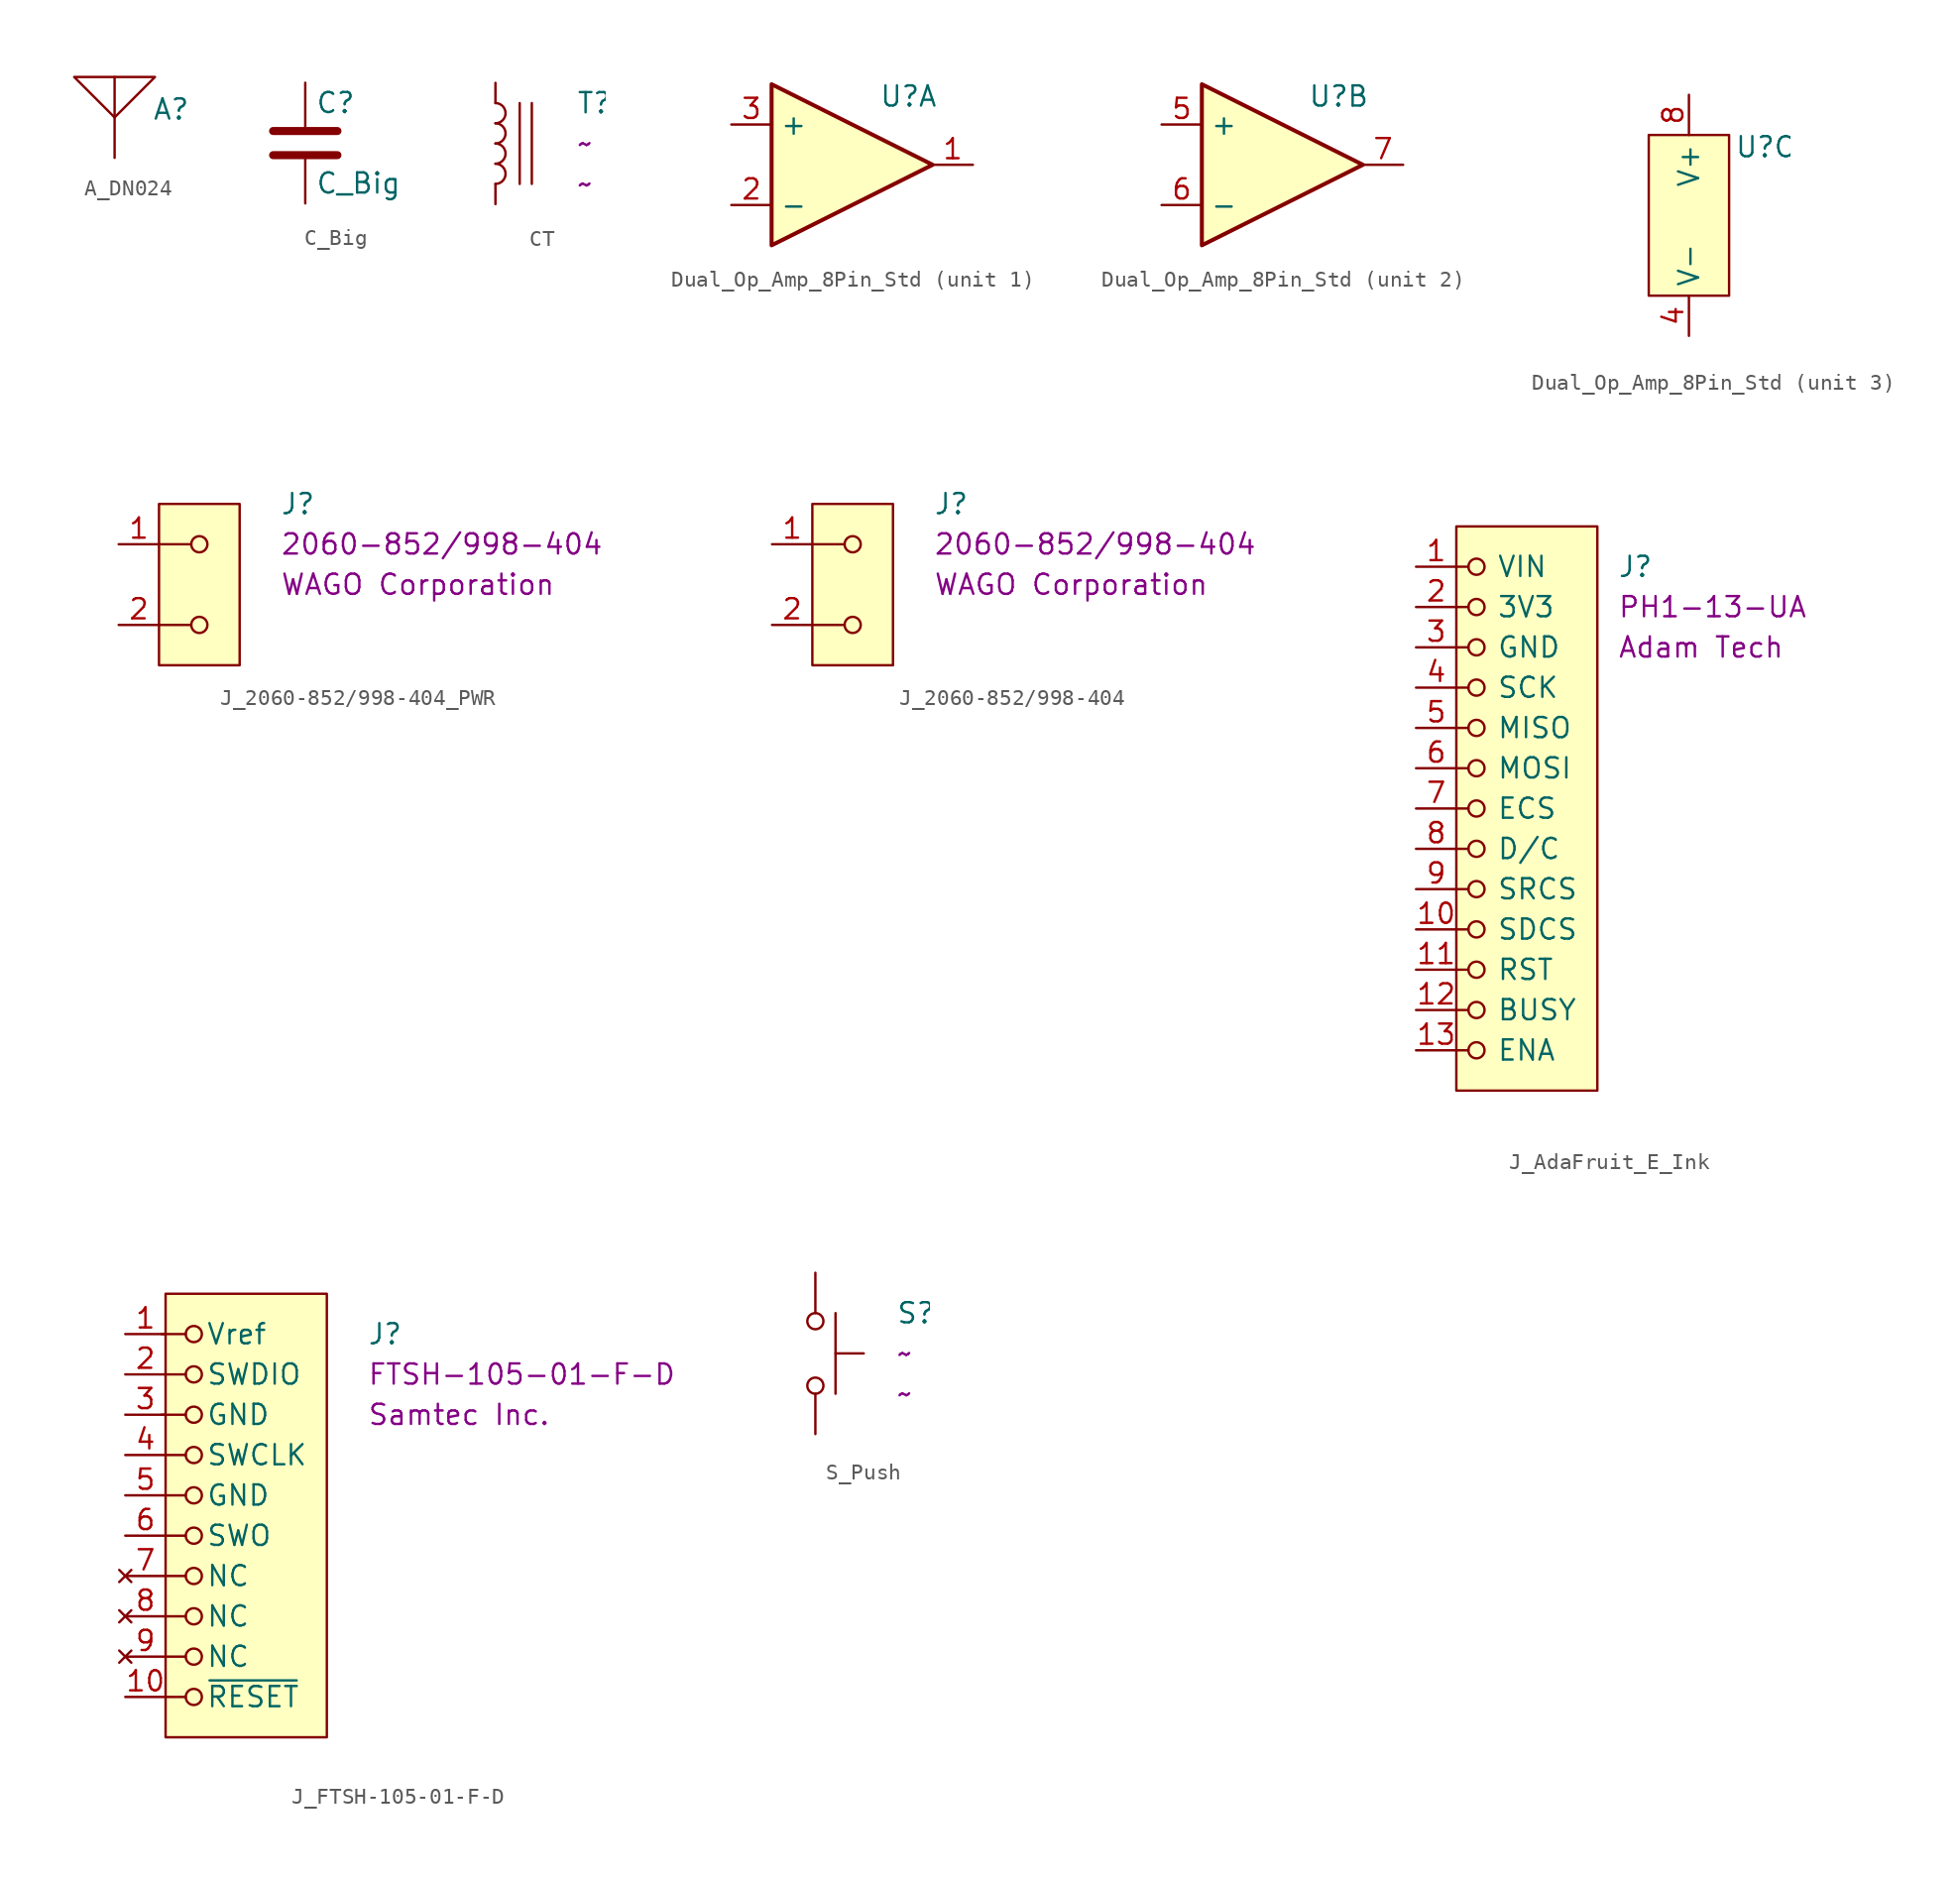
<source format=kicad_sym>
(kicad_symbol_lib
  (version 20231120)
  (generator "kicad_symbol_editor")
  (generator_version "8.0")
  (symbol "A_DN024"
    (pin_numbers hide)
    (pin_names
      (offset 0) hide)
    (property "Reference" "A"
      (at 3.556 0.508 0)
      (effects (font (size 1.27 1.27))))
    (property "Value" ""
      (at 0 2.54 0)
      (effects (font (size 1.27 1.27)) (justify left)))
    (symbol "A_DN024_0_1"
      (polyline (pts (xy 0 0) (xy 0 2.54)) (stroke (width 0) (type default)) (fill (type none)))
      (polyline (pts (xy -2.54 2.54) (xy 0 2.54) (xy 2.54 2.54) (xy 0 0) (xy -2.54 2.54)) (stroke (width 0) (type default)) (fill (type none))))
    (symbol "A_DN024_1_0"
      (pin passive line (at 0 -2.54 90) (length 2.54) (name "1" (effects (font (size 1.27 1.27)))) (number "1" (effects (font (size 1.27 1.27)))))))
  (symbol "C_Big"
    (pin_numbers hide)
    (pin_names
      (offset 0.254))
    (property "Reference" "C"
      (at 0.635 2.54 0)
      (effects (font (size 1.27 1.27)) (justify left)))
    (property "Value" "C_Big"
      (at 0.635 -2.54 0)
      (effects (font (size 1.27 1.27)) (justify left)))
    (symbol "C_Big_0_1"
      (polyline (pts (xy -2.032 -0.762) (xy 2.032 -0.762)) (stroke (width 0.508) (type default)) (fill (type none)))
      (polyline (pts (xy -2.032 0.762) (xy 2.032 0.762)) (stroke (width 0.508) (type default)) (fill (type none))))
    (symbol "C_Big_1_1"
      (pin passive line (at 0 3.81 270) (length 2.794) (name "~" (effects (font (size 1.27 1.27)))) (number "1" (effects (font (size 1.27 1.27)))))
      (pin passive line (at 0 -3.81 90) (length 2.794) (name "~" (effects (font (size 1.27 1.27)))) (number "2" (effects (font (size 1.27 1.27)))))))
  (symbol "CT"
    (pin_numbers hide)
    (pin_names
      (offset 0) hide)
    (property "Reference" "T"
      (at 5.08 2.54 0)
      (effects (font (size 1.27 1.27)) (justify left)))
    (property "Manufacturer" "~"
      (at 5.08 -2.54 0)
      (effects (font (size 1.27 1.27)) (justify left)))
    (property "Manufacturer Part Number" "~"
      (at 5.08 0 0)
      (effects (font (size 1.27 1.27)) (justify left)))
    (symbol "CT_0_1"
      (arc (start 0 -2.54) (mid 0.6323 -1.905) (end 0 -1.27) (stroke (width 0) (type default)) (fill (type none)))
      (arc (start 0 -1.27) (mid 0.6323 -0.635) (end 0 0) (stroke (width 0) (type default)) (fill (type none)))
      (polyline (pts (xy 1.524 2.54) (xy 1.524 -2.54)) (stroke (width 0) (type default)) (fill (type none)))
      (polyline (pts (xy 2.286 2.54) (xy 2.286 -2.54)) (stroke (width 0) (type default)) (fill (type none)))
      (arc (start 0 0) (mid 0.6323 0.635) (end 0 1.27) (stroke (width 0) (type default)) (fill (type none)))
      (arc (start 0 1.27) (mid 0.6323 1.905) (end 0 2.54) (stroke (width 0) (type default)) (fill (type none))))
    (symbol "CT_1_1"
      (pin passive line (at 0 3.81 270) (length 1.27) (name "1" (effects (font (size 1.27 1.27)))) (number "1" (effects (font (size 1.27 1.27)))))
      (pin passive line (at 0 -3.81 90) (length 1.27) (name "2" (effects (font (size 1.27 1.27)))) (number "2" (effects (font (size 1.27 1.27)))))))
  (symbol "Dual_Op_Amp_8Pin_Std"
    (property "Reference" "U"
      (at 4.826 4.318 0)
      (effects (font (size 1.27 1.27))))
    (property "Value" ""
      (at 0 0 0)
      (effects (font (size 1.27 1.27))))
    (property "ki_locked" ""
      (at 0 0 0)
      (effects (font (size 1.27 1.27))))
    (symbol "Dual_Op_Amp_8Pin_Std_1_1"
      (polyline (pts (xy -3.81 5.08) (xy 6.35 0) (xy -3.81 -5.08) (xy -3.81 5.08)) (stroke (width 0.254) (type default)) (fill (type background)))
      (pin output line (at 8.89 0 180) (length 2.54) (name "~" (effects (font (size 1.27 1.27)))) (number "1" (effects (font (size 1.27 1.27)))))
      (pin input line (at -6.35 -2.54 0) (length 2.54) (name "-" (effects (font (size 1.27 1.27)))) (number "2" (effects (font (size 1.27 1.27)))))
      (pin input line (at -6.35 2.54 0) (length 2.54) (name "+" (effects (font (size 1.27 1.27)))) (number "3" (effects (font (size 1.27 1.27))))))
    (symbol "Dual_Op_Amp_8Pin_Std_2_1"
      (polyline (pts (xy -3.81 5.08) (xy 6.35 0) (xy -3.81 -5.08) (xy -3.81 5.08)) (stroke (width 0.254) (type default)) (fill (type background)))
      (pin input line (at -6.35 2.54 0) (length 2.54) (name "+" (effects (font (size 1.27 1.27)))) (number "5" (effects (font (size 1.27 1.27)))))
      (pin input line (at -6.35 -2.54 0) (length 2.54) (name "-" (effects (font (size 1.27 1.27)))) (number "6" (effects (font (size 1.27 1.27)))))
      (pin output line (at 8.89 0 180) (length 2.54) (name "~" (effects (font (size 1.27 1.27)))) (number "7" (effects (font (size 1.27 1.27))))))
    (symbol "Dual_Op_Amp_8Pin_Std_3_1"
      (rectangle (start -2.54 5.08) (end 2.54 -5.08) (stroke (width 0) (type default)) (fill (type background)))
      (pin power_in line (at 0 -7.62 90) (length 2.54) (name "V-" (effects (font (size 1.27 1.27)))) (number "4" (effects (font (size 1.27 1.27)))))
      (pin power_in line (at 0 7.62 270) (length 2.54) (name "V+" (effects (font (size 1.27 1.27)))) (number "8" (effects (font (size 1.27 1.27)))))))
  (symbol "J_2060-852/998-404_PWR"
    (pin_names hide)
    (property "Reference" "J"
      (at 5.08 5.08 0)
      (effects (font (size 1.27 1.27)) (justify left)))
    (property "Manufacturer" "WAGO Corporation"
      (at 5.08 0 0)
      (effects (font (size 1.27 1.27)) (justify left)))
    (property "Manufacturer Part Number" "2060-852/998-404"
      (at 5.08 2.54 0)
      (effects (font (size 1.27 1.27)) (justify left)))
    (symbol "J_2060-852/998-404_PWR_0_0"
      (pin power_out line (at -5.08 2.54 0) (length 2.54) (name "1" (effects (font (size 1.27 1.27)))) (number "1" (effects (font (size 1.27 1.27))))))
    (symbol "J_2060-852/998-404_PWR_0_1"
      (circle (center 0 -2.54) (radius 0.508) (stroke (width 0) (type default)) (fill (type none)))
      (polyline (pts (xy -2.54 -2.54) (xy -0.508 -2.54)) (stroke (width 0) (type default)) (fill (type none)))
      (polyline (pts (xy -2.54 2.54) (xy -0.508 2.54)) (stroke (width 0) (type default)) (fill (type none)))
      (circle (center 0 2.54) (radius 0.508) (stroke (width 0) (type default)) (fill (type none))))
    (symbol "J_2060-852/998-404_PWR_1_0"
      (pin power_out line (at -5.08 -2.54 0) (length 2.54) (name "2" (effects (font (size 1.27 1.27)))) (number "2" (effects (font (size 1.27 1.27)))))
      (pin passive line (at -5.08 2.54 0) (length 2.54) hide (name "3" (effects (font (size 1.27 1.27)))) (number "3" (effects (font (size 1.27 1.27)))))
      (pin passive line (at -5.08 -2.54 0) (length 2.54) hide (name "4" (effects (font (size 1.27 1.27)))) (number "4" (effects (font (size 1.27 1.27))))))
    (symbol "J_2060-852/998-404_PWR_1_1"
      (rectangle (start -2.54 5.08) (end 2.54 -5.08) (stroke (width 0) (type default)) (fill (type background)))))
  (symbol "J_2060-852/998-404"
    (pin_names hide)
    (property "Reference" "J"
      (at 5.08 5.08 0)
      (effects (font (size 1.27 1.27)) (justify left)))
    (property "Manufacturer" "WAGO Corporation"
      (at 5.08 0 0)
      (effects (font (size 1.27 1.27)) (justify left)))
    (property "Manufacturer Part Number" "2060-852/998-404"
      (at 5.08 2.54 0)
      (effects (font (size 1.27 1.27)) (justify left)))
    (symbol "J_2060-852/998-404_0_0"
      (pin passive line (at -5.08 2.54 0) (length 2.54) (name "1" (effects (font (size 1.27 1.27)))) (number "1" (effects (font (size 1.27 1.27))))))
    (symbol "J_2060-852/998-404_0_1"
      (circle (center 0 -2.54) (radius 0.508) (stroke (width 0) (type default)) (fill (type none)))
      (polyline (pts (xy -2.54 -2.54) (xy -0.508 -2.54)) (stroke (width 0) (type default)) (fill (type none)))
      (polyline (pts (xy -2.54 2.54) (xy -0.508 2.54)) (stroke (width 0) (type default)) (fill (type none)))
      (circle (center 0 2.54) (radius 0.508) (stroke (width 0) (type default)) (fill (type none))))
    (symbol "J_2060-852/998-404_1_0"
      (pin passive line (at -5.08 -2.54 0) (length 2.54) (name "2" (effects (font (size 1.27 1.27)))) (number "2" (effects (font (size 1.27 1.27)))))
      (pin passive line (at -5.08 2.54 0) (length 2.54) hide (name "3" (effects (font (size 1.27 1.27)))) (number "3" (effects (font (size 1.27 1.27)))))
      (pin passive line (at -5.08 -2.54 0) (length 2.54) hide (name "4" (effects (font (size 1.27 1.27)))) (number "4" (effects (font (size 1.27 1.27))))))
    (symbol "J_2060-852/998-404_1_1"
      (rectangle (start -2.54 5.08) (end 2.54 -5.08) (stroke (width 0) (type default)) (fill (type background)))))
  (symbol "J_AdaFruit_E_Ink"
    (pin_names
      (offset 2.54))
    (property "Reference" "J"
      (at 12.7 0 0)
      (effects (font (size 1.27 1.27)) (justify left)))
    (property "Manufacturer" "Adam Tech"
      (at 12.7 -5.08 0)
      (effects (font (size 1.27 1.27)) (justify left)))
    (property "Manufacturer Part Number" "PH1-13-UA"
      (at 12.7 -2.54 0)
      (effects (font (size 1.27 1.27)) (justify left)))
    (symbol "J_AdaFruit_E_Ink_0_0"
      (pin input line (at 0 0 0) (length 2.54) (name "VIN" (effects (font (size 1.27 1.27)))) (number "1" (effects (font (size 1.27 1.27)))))
      (pin input line (at 0 -22.86 0) (length 2.54) (name "SDCS" (effects (font (size 1.27 1.27)))) (number "10" (effects (font (size 1.27 1.27)))))
      (pin input line (at 0 -25.4 0) (length 2.54) (name "RST" (effects (font (size 1.27 1.27)))) (number "11" (effects (font (size 1.27 1.27)))))
      (pin output line (at 0 -27.94 0) (length 2.54) (name "BUSY" (effects (font (size 1.27 1.27)))) (number "12" (effects (font (size 1.27 1.27)))))
      (pin input line (at 0 -30.48 0) (length 2.54) (name "ENA" (effects (font (size 1.27 1.27)))) (number "13" (effects (font (size 1.27 1.27)))))
      (pin output line (at 0 -2.54 0) (length 2.54) (name "3V3" (effects (font (size 1.27 1.27)))) (number "2" (effects (font (size 1.27 1.27)))))
      (pin power_in line (at 0 -5.08 0) (length 2.54) (name "GND" (effects (font (size 1.27 1.27)))) (number "3" (effects (font (size 1.27 1.27)))))
      (pin input line (at 0 -7.62 0) (length 2.54) (name "SCK" (effects (font (size 1.27 1.27)))) (number "4" (effects (font (size 1.27 1.27)))))
      (pin tri_state line (at 0 -10.16 0) (length 2.54) (name "MISO" (effects (font (size 1.27 1.27)))) (number "5" (effects (font (size 1.27 1.27)))))
      (pin input line (at 0 -12.7 0) (length 2.54) (name "MOSI" (effects (font (size 1.27 1.27)))) (number "6" (effects (font (size 1.27 1.27)))))
      (pin input line (at 0 -15.24 0) (length 2.54) (name "ECS" (effects (font (size 1.27 1.27)))) (number "7" (effects (font (size 1.27 1.27)))))
      (pin input line (at 0 -17.78 0) (length 2.54) (name "D/C" (effects (font (size 1.27 1.27)))) (number "8" (effects (font (size 1.27 1.27)))))
      (pin input line (at 0 -20.32 0) (length 2.54) (name "SRCS" (effects (font (size 1.27 1.27)))) (number "9" (effects (font (size 1.27 1.27))))))
    (symbol "J_AdaFruit_E_Ink_0_1"
      (polyline (pts (xy 3.302 -30.48) (xy 2.54 -30.48)) (stroke (width 0) (type default)) (fill (type none)))
      (polyline (pts (xy 3.302 -27.94) (xy 2.54 -27.94)) (stroke (width 0) (type default)) (fill (type none)))
      (polyline (pts (xy 3.302 -25.4) (xy 2.54 -25.4)) (stroke (width 0) (type default)) (fill (type none)))
      (polyline (pts (xy 3.302 -22.86) (xy 2.54 -22.86)) (stroke (width 0) (type default)) (fill (type none)))
      (polyline (pts (xy 3.302 -20.32) (xy 2.54 -20.32)) (stroke (width 0) (type default)) (fill (type none)))
      (polyline (pts (xy 3.302 -17.78) (xy 2.54 -17.78)) (stroke (width 0) (type default)) (fill (type none)))
      (polyline (pts (xy 3.302 -15.24) (xy 2.54 -15.24)) (stroke (width 0) (type default)) (fill (type none)))
      (polyline (pts (xy 3.302 -12.7) (xy 2.54 -12.7)) (stroke (width 0) (type default)) (fill (type none)))
      (polyline (pts (xy 3.302 -10.16) (xy 2.54 -10.16)) (stroke (width 0) (type default)) (fill (type none)))
      (polyline (pts (xy 3.302 -7.62) (xy 2.54 -7.62)) (stroke (width 0) (type default)) (fill (type none)))
      (polyline (pts (xy 3.302 -5.08) (xy 2.54 -5.08)) (stroke (width 0) (type default)) (fill (type none)))
      (polyline (pts (xy 3.302 -2.54) (xy 2.54 -2.54)) (stroke (width 0) (type default)) (fill (type none)))
      (polyline (pts (xy 3.302 0) (xy 2.54 0)) (stroke (width 0) (type default)) (fill (type none)))
      (circle (center 3.81 -30.48) (radius 0.508) (stroke (width 0) (type default)) (fill (type none)))
      (circle (center 3.81 -27.94) (radius 0.508) (stroke (width 0) (type default)) (fill (type none)))
      (circle (center 3.81 -25.4) (radius 0.508) (stroke (width 0) (type default)) (fill (type none)))
      (circle (center 3.81 -22.86) (radius 0.508) (stroke (width 0) (type default)) (fill (type none)))
      (circle (center 3.81 -20.32) (radius 0.508) (stroke (width 0) (type default)) (fill (type none)))
      (circle (center 3.81 -17.78) (radius 0.508) (stroke (width 0) (type default)) (fill (type none)))
      (circle (center 3.81 -15.24) (radius 0.508) (stroke (width 0) (type default)) (fill (type none)))
      (circle (center 3.81 -12.7) (radius 0.508) (stroke (width 0) (type default)) (fill (type none)))
      (circle (center 3.81 -10.16) (radius 0.508) (stroke (width 0) (type default)) (fill (type none)))
      (circle (center 3.81 -7.62) (radius 0.508) (stroke (width 0) (type default)) (fill (type none)))
      (circle (center 3.81 -5.08) (radius 0.508) (stroke (width 0) (type default)) (fill (type none)))
      (circle (center 3.81 -2.54) (radius 0.508) (stroke (width 0) (type default)) (fill (type none)))
      (circle (center 3.81 0) (radius 0.508) (stroke (width 0) (type default)) (fill (type none))))
    (symbol "J_AdaFruit_E_Ink_1_1"
      (rectangle (start 2.54 2.54) (end 11.43 -33.02) (stroke (width 0) (type default)) (fill (type background)))))
  (symbol "J_FTSH-105-01-F-D"
    (pin_names
      (offset 2.54))
    (property "Reference" "J"
      (at 7.62 10.16 0)
      (effects (font (size 1.27 1.27)) (justify left)))
    (property "Manufacturer" "Samtec Inc."
      (at 7.62 5.08 0)
      (effects (font (size 1.27 1.27)) (justify left)))
    (property "Manufacturer Part Number" "FTSH-105-01-F-D"
      (at 7.62 7.62 0)
      (effects (font (size 1.27 1.27)) (justify left)))
    (symbol "J_FTSH-105-01-F-D_0_0"
      (pin input line (at -7.62 10.16 0) (length 2.54) (name "Vref" (effects (font (size 1.27 1.27)))) (number "1" (effects (font (size 1.27 1.27)))))
      (pin bidirectional line (at -7.62 7.62 0) (length 2.54) (name "SWDIO" (effects (font (size 1.27 1.27)))) (number "2" (effects (font (size 1.27 1.27)))))
      (pin power_in line (at -7.62 5.08 0) (length 2.54) (name "GND" (effects (font (size 1.27 1.27)))) (number "3" (effects (font (size 1.27 1.27)))))
      (pin output line (at -7.62 2.54 0) (length 2.54) (name "SWCLK" (effects (font (size 1.27 1.27)))) (number "4" (effects (font (size 1.27 1.27)))))
      (pin power_in line (at -7.62 0 0) (length 2.54) (name "GND" (effects (font (size 1.27 1.27)))) (number "5" (effects (font (size 1.27 1.27)))))
      (pin input line (at -7.62 -2.54 0) (length 2.54) (name "SWO" (effects (font (size 1.27 1.27)))) (number "6" (effects (font (size 1.27 1.27)))))
      (pin no_connect line (at -7.62 -5.08 0) (length 2.54) (name "NC" (effects (font (size 1.27 1.27)))) (number "7" (effects (font (size 1.27 1.27)))))
      (pin no_connect line (at -7.62 -7.62 0) (length 2.54) (name "NC" (effects (font (size 1.27 1.27)))) (number "8" (effects (font (size 1.27 1.27)))))
      (pin no_connect line (at -7.62 -10.16 0) (length 2.54) (name "NC" (effects (font (size 1.27 1.27)))) (number "9" (effects (font (size 1.27 1.27))))))
    (symbol "J_FTSH-105-01-F-D_0_1"
      (circle (center -3.302 -12.7) (radius 0.508) (stroke (width 0) (type default)) (fill (type none)))
      (circle (center -3.302 -10.16) (radius 0.508) (stroke (width 0) (type default)) (fill (type none)))
      (circle (center -3.302 -7.62) (radius 0.508) (stroke (width 0) (type default)) (fill (type none)))
      (circle (center -3.302 -5.08) (radius 0.508) (stroke (width 0) (type default)) (fill (type none)))
      (circle (center -3.302 -2.54) (radius 0.508) (stroke (width 0) (type default)) (fill (type none)))
      (circle (center -3.302 0) (radius 0.508) (stroke (width 0) (type default)) (fill (type none)))
      (circle (center -3.302 2.54) (radius 0.508) (stroke (width 0) (type default)) (fill (type none)))
      (circle (center -3.302 5.08) (radius 0.508) (stroke (width 0) (type default)) (fill (type none)))
      (circle (center -3.302 7.62) (radius 0.508) (stroke (width 0) (type default)) (fill (type none)))
      (circle (center -3.302 10.16) (radius 0.508) (stroke (width 0) (type default)) (fill (type none)))
      (polyline (pts (xy -3.81 -12.7) (xy -5.08 -12.7)) (stroke (width 0) (type default)) (fill (type none)))
      (polyline (pts (xy -3.81 -10.16) (xy -5.08 -10.16)) (stroke (width 0) (type default)) (fill (type none)))
      (polyline (pts (xy -3.81 -7.62) (xy -5.08 -7.62)) (stroke (width 0) (type default)) (fill (type none)))
      (polyline (pts (xy -3.81 -5.08) (xy -5.08 -5.08)) (stroke (width 0) (type default)) (fill (type none)))
      (polyline (pts (xy -3.81 -2.54) (xy -5.08 -2.54)) (stroke (width 0) (type default)) (fill (type none)))
      (polyline (pts (xy -3.81 0) (xy -5.08 0)) (stroke (width 0) (type default)) (fill (type none)))
      (polyline (pts (xy -3.81 2.54) (xy -5.08 2.54)) (stroke (width 0) (type default)) (fill (type none)))
      (polyline (pts (xy -3.81 5.08) (xy -5.334 5.08)) (stroke (width 0) (type default)) (fill (type none)))
      (polyline (pts (xy -3.81 7.62) (xy -5.08 7.62)) (stroke (width 0) (type default)) (fill (type none)))
      (polyline (pts (xy -3.81 10.16) (xy -5.334 10.16)) (stroke (width 0) (type default)) (fill (type none))))
    (symbol "J_FTSH-105-01-F-D_1_0"
      (pin output line (at -7.62 -12.7 0) (length 2.54) (name "~{RESET}" (effects (font (size 1.27 1.27)))) (number "10" (effects (font (size 1.27 1.27))))))
    (symbol "J_FTSH-105-01-F-D_1_1"
      (rectangle (start -5.08 12.7) (end 5.08 -15.24) (stroke (width 0) (type default)) (fill (type background)))))
  (symbol "S_Push"
    (pin_numbers hide)
    (pin_names
      (offset 0) hide)
    (property "Reference" "S"
      (at 5.08 2.54 0)
      (effects (font (size 1.27 1.27)) (justify left)))
    (property "Manufacturer" "~"
      (at 5.08 -2.54 0)
      (effects (font (size 1.27 1.27)) (justify left)))
    (property "Manufacturer Part Number" "~"
      (at 5.08 0 0)
      (effects (font (size 1.27 1.27)) (justify left)))
    (symbol "S_Push_0_1"
      (circle (center 0 -2.032) (radius 0.508) (stroke (width 0) (type default)) (fill (type none)))
      (polyline (pts (xy 1.27 -2.54) (xy 1.27 2.54)) (stroke (width 0) (type default)) (fill (type none)))
      (polyline (pts (xy 1.27 0) (xy 3.048 0)) (stroke (width 0) (type default)) (fill (type none)))
      (circle (center 0 2.032) (radius 0.508) (stroke (width 0) (type default)) (fill (type none)))
      (pin passive line (at 0 5.08 270) (length 2.54) (name "1" (effects (font (size 1.27 1.27)))) (number "1" (effects (font (size 1.27 1.27)))))
      (pin passive line (at 0 -5.08 90) (length 2.54) (name "2" (effects (font (size 1.27 1.27)))) (number "2" (effects (font (size 1.27 1.27))))))))
</source>
